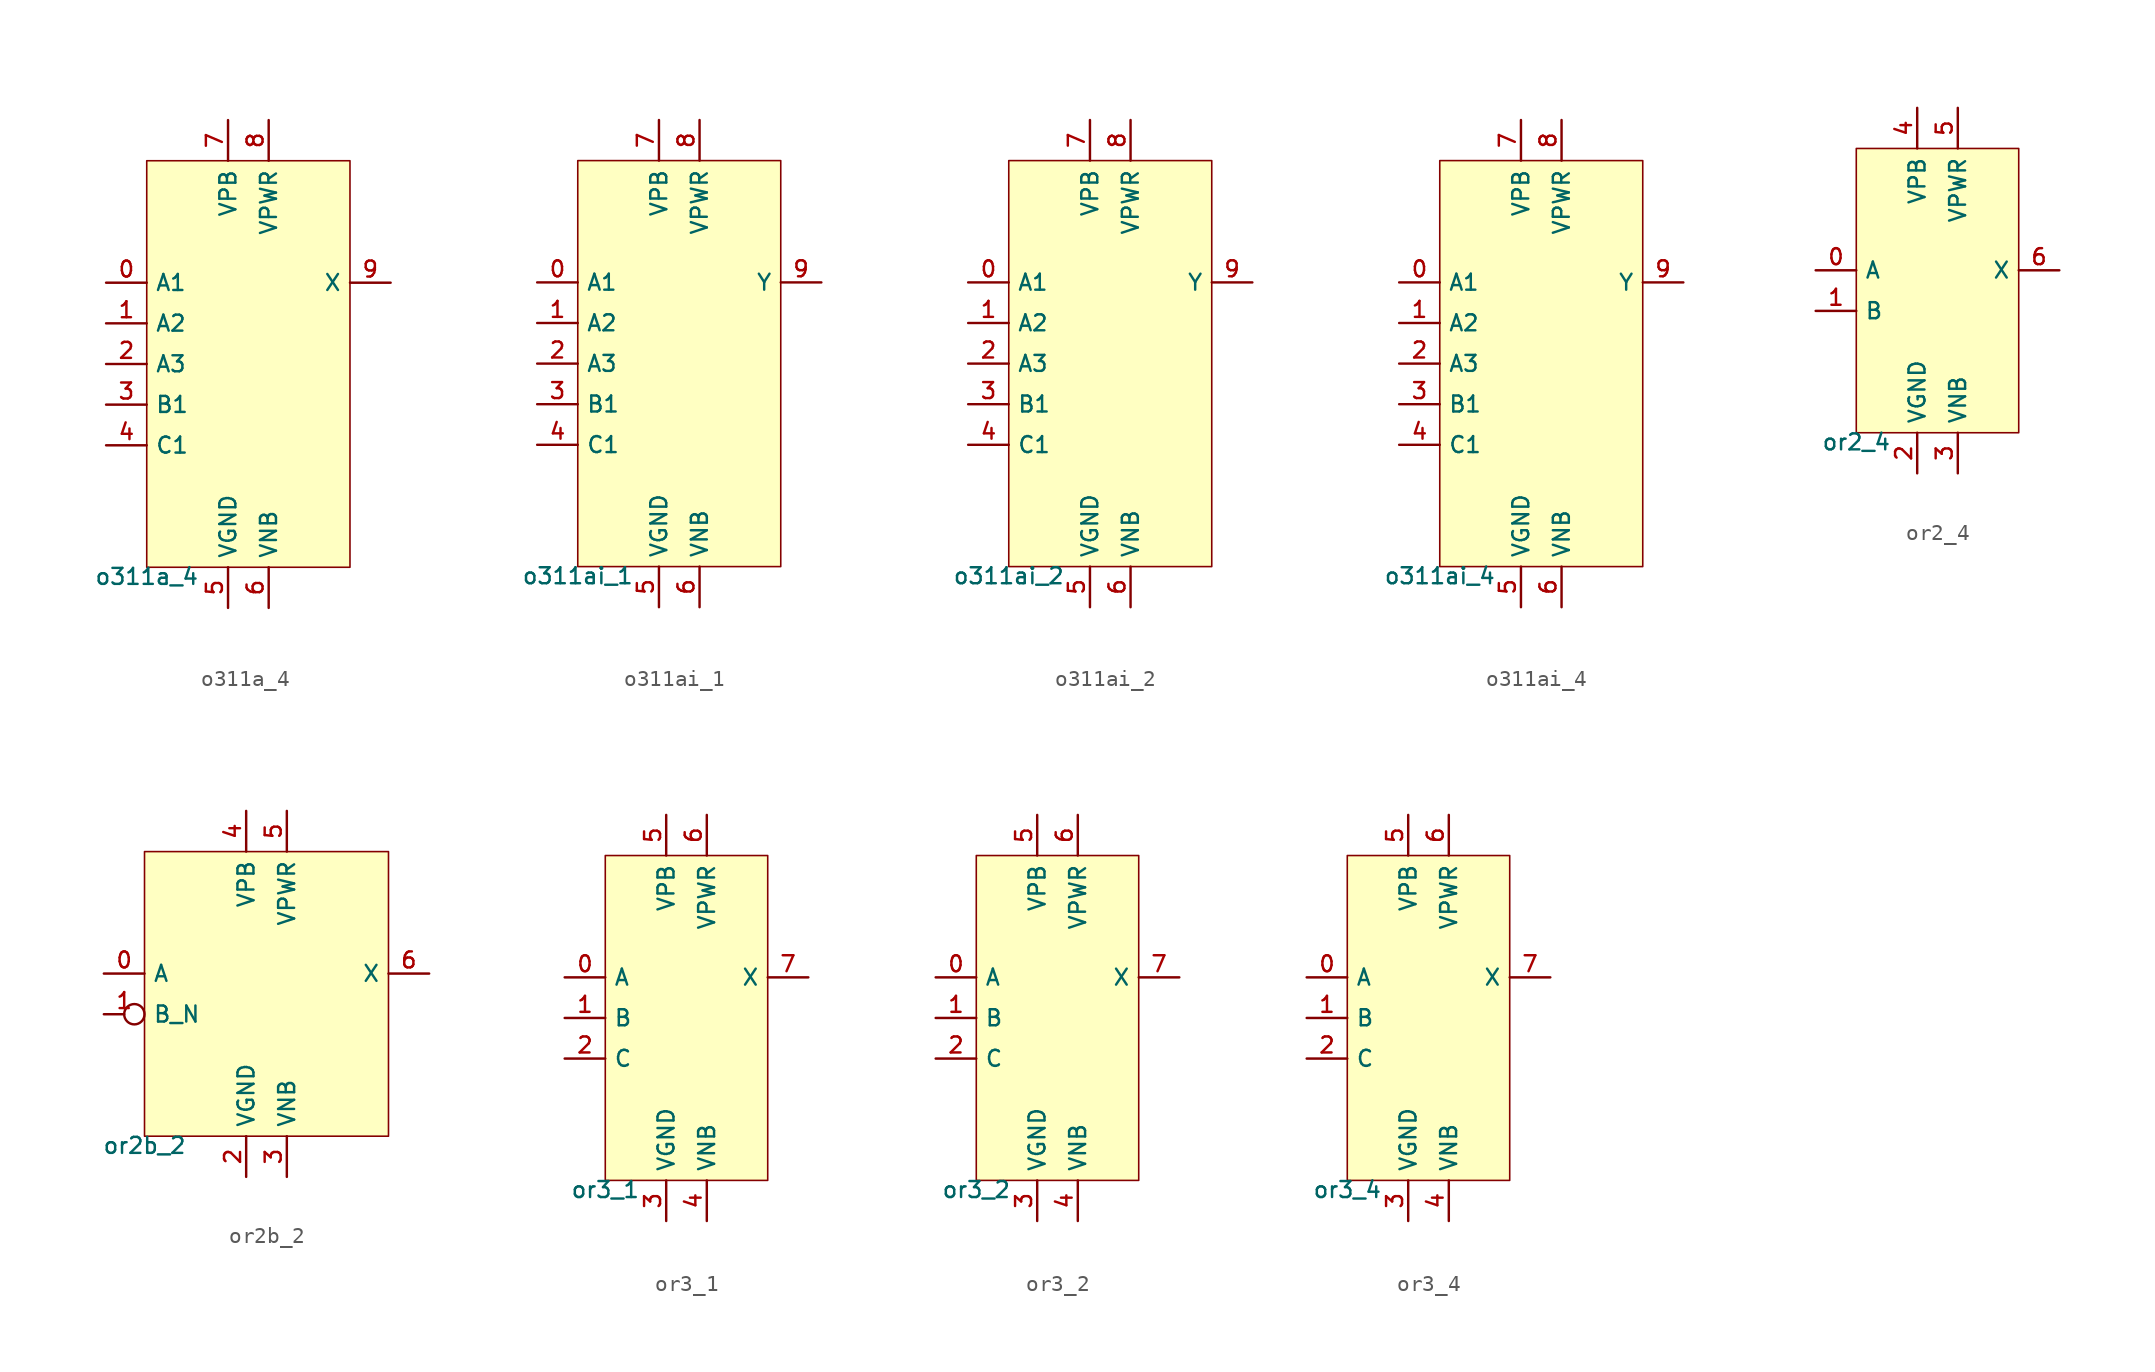
<source format=kicad_sym>
(kicad_symbol_lib
  (version 20211014)
  (generator lef2kicad_sym)
  (symbol "o311a_4"
    (property "Reference" "CELL"
      (at 0 0 0)
      (effects (font (size 1 1)) hide))
    (property "Value" "o311a_4"
      (at -6.35 -12.7 0)
      (effects (font (size 1 1)) (justify top)))
    (rectangle
      (start -6.35 -12.7)
      (end 6.35 12.7)
      (stroke (width 0.1) (type solid) (color 0 0 0 0))
      (fill (type background)))
    (pin input line
      (at -8.89 5.08 0)
      (length 2.54)
      (name "A1" (effects (font (size 1 1)) hide))
      (number "0" (effects (font (size 1 1)) hide)))
    (pin input line
      (at -8.89 2.54 0)
      (length 2.54)
      (name "A2" (effects (font (size 1 1)) hide))
      (number "1" (effects (font (size 1 1)) hide)))
    (pin input line
      (at -8.89 -8.881784197001252e-16 0)
      (length 2.54)
      (name "A3" (effects (font (size 1 1)) hide))
      (number "2" (effects (font (size 1 1)) hide)))
    (pin input line
      (at -8.89 -2.54 0)
      (length 2.54)
      (name "B1" (effects (font (size 1 1)) hide))
      (number "3" (effects (font (size 1 1)) hide)))
    (pin input line
      (at -8.89 -5.08 0)
      (length 2.54)
      (name "C1" (effects (font (size 1 1)) hide))
      (number "4" (effects (font (size 1 1)) hide)))
    (pin power_in line
      (at -1.27 -15.24 90)
      (length 2.54)
      (name "VGND" (effects (font (size 1 1)) hide))
      (number "5" (effects (font (size 1 1)) hide)))
    (pin power_in line
      (at 1.27 -15.24 90)
      (length 2.54)
      (name "VNB" (effects (font (size 1 1)) hide))
      (number "6" (effects (font (size 1 1)) hide)))
    (pin power_in line
      (at -1.27 15.24 270)
      (length 2.54)
      (name "VPB" (effects (font (size 1 1)) hide))
      (number "7" (effects (font (size 1 1)) hide)))
    (pin power_in line
      (at 1.27 15.24 270)
      (length 2.54)
      (name "VPWR" (effects (font (size 1 1)) hide))
      (number "8" (effects (font (size 1 1)) hide)))
    (pin output line
      (at 8.89 5.08 180)
      (length 2.54)
      (name "X" (effects (font (size 1 1)) hide))
      (number "9" (effects (font (size 1 1)) hide))))
  (symbol "o311ai_1"
    (property "Reference" "CELL"
      (at 0 0 0)
      (effects (font (size 1 1)) hide))
    (property "Value" "o311ai_1"
      (at -6.35 -12.7 0)
      (effects (font (size 1 1)) (justify top)))
    (rectangle
      (start -6.35 -12.7)
      (end 6.35 12.7)
      (stroke (width 0.1) (type solid) (color 0 0 0 0))
      (fill (type background)))
    (pin input line
      (at -8.89 5.08 0)
      (length 2.54)
      (name "A1" (effects (font (size 1 1)) hide))
      (number "0" (effects (font (size 1 1)) hide)))
    (pin input line
      (at -8.89 2.54 0)
      (length 2.54)
      (name "A2" (effects (font (size 1 1)) hide))
      (number "1" (effects (font (size 1 1)) hide)))
    (pin input line
      (at -8.89 -8.881784197001252e-16 0)
      (length 2.54)
      (name "A3" (effects (font (size 1 1)) hide))
      (number "2" (effects (font (size 1 1)) hide)))
    (pin input line
      (at -8.89 -2.54 0)
      (length 2.54)
      (name "B1" (effects (font (size 1 1)) hide))
      (number "3" (effects (font (size 1 1)) hide)))
    (pin input line
      (at -8.89 -5.08 0)
      (length 2.54)
      (name "C1" (effects (font (size 1 1)) hide))
      (number "4" (effects (font (size 1 1)) hide)))
    (pin power_in line
      (at -1.27 -15.24 90)
      (length 2.54)
      (name "VGND" (effects (font (size 1 1)) hide))
      (number "5" (effects (font (size 1 1)) hide)))
    (pin power_in line
      (at 1.27 -15.24 90)
      (length 2.54)
      (name "VNB" (effects (font (size 1 1)) hide))
      (number "6" (effects (font (size 1 1)) hide)))
    (pin power_in line
      (at -1.27 15.24 270)
      (length 2.54)
      (name "VPB" (effects (font (size 1 1)) hide))
      (number "7" (effects (font (size 1 1)) hide)))
    (pin power_in line
      (at 1.27 15.24 270)
      (length 2.54)
      (name "VPWR" (effects (font (size 1 1)) hide))
      (number "8" (effects (font (size 1 1)) hide)))
    (pin output line
      (at 8.89 5.08 180)
      (length 2.54)
      (name "Y" (effects (font (size 1 1)) hide))
      (number "9" (effects (font (size 1 1)) hide))))
  (symbol "o311ai_2"
    (property "Reference" "CELL"
      (at 0 0 0)
      (effects (font (size 1 1)) hide))
    (property "Value" "o311ai_2"
      (at -6.35 -12.7 0)
      (effects (font (size 1 1)) (justify top)))
    (rectangle
      (start -6.35 -12.7)
      (end 6.35 12.7)
      (stroke (width 0.1) (type solid) (color 0 0 0 0))
      (fill (type background)))
    (pin input line
      (at -8.89 5.08 0)
      (length 2.54)
      (name "A1" (effects (font (size 1 1)) hide))
      (number "0" (effects (font (size 1 1)) hide)))
    (pin input line
      (at -8.89 2.54 0)
      (length 2.54)
      (name "A2" (effects (font (size 1 1)) hide))
      (number "1" (effects (font (size 1 1)) hide)))
    (pin input line
      (at -8.89 -8.881784197001252e-16 0)
      (length 2.54)
      (name "A3" (effects (font (size 1 1)) hide))
      (number "2" (effects (font (size 1 1)) hide)))
    (pin input line
      (at -8.89 -2.54 0)
      (length 2.54)
      (name "B1" (effects (font (size 1 1)) hide))
      (number "3" (effects (font (size 1 1)) hide)))
    (pin input line
      (at -8.89 -5.08 0)
      (length 2.54)
      (name "C1" (effects (font (size 1 1)) hide))
      (number "4" (effects (font (size 1 1)) hide)))
    (pin power_in line
      (at -1.27 -15.24 90)
      (length 2.54)
      (name "VGND" (effects (font (size 1 1)) hide))
      (number "5" (effects (font (size 1 1)) hide)))
    (pin power_in line
      (at 1.27 -15.24 90)
      (length 2.54)
      (name "VNB" (effects (font (size 1 1)) hide))
      (number "6" (effects (font (size 1 1)) hide)))
    (pin power_in line
      (at -1.27 15.24 270)
      (length 2.54)
      (name "VPB" (effects (font (size 1 1)) hide))
      (number "7" (effects (font (size 1 1)) hide)))
    (pin power_in line
      (at 1.27 15.24 270)
      (length 2.54)
      (name "VPWR" (effects (font (size 1 1)) hide))
      (number "8" (effects (font (size 1 1)) hide)))
    (pin output line
      (at 8.89 5.08 180)
      (length 2.54)
      (name "Y" (effects (font (size 1 1)) hide))
      (number "9" (effects (font (size 1 1)) hide))))
  (symbol "o311ai_4"
    (property "Reference" "CELL"
      (at 0 0 0)
      (effects (font (size 1 1)) hide))
    (property "Value" "o311ai_4"
      (at -6.35 -12.7 0)
      (effects (font (size 1 1)) (justify top)))
    (rectangle
      (start -6.35 -12.7)
      (end 6.35 12.7)
      (stroke (width 0.1) (type solid) (color 0 0 0 0))
      (fill (type background)))
    (pin input line
      (at -8.89 5.08 0)
      (length 2.54)
      (name "A1" (effects (font (size 1 1)) hide))
      (number "0" (effects (font (size 1 1)) hide)))
    (pin input line
      (at -8.89 2.54 0)
      (length 2.54)
      (name "A2" (effects (font (size 1 1)) hide))
      (number "1" (effects (font (size 1 1)) hide)))
    (pin input line
      (at -8.89 -8.881784197001252e-16 0)
      (length 2.54)
      (name "A3" (effects (font (size 1 1)) hide))
      (number "2" (effects (font (size 1 1)) hide)))
    (pin input line
      (at -8.89 -2.54 0)
      (length 2.54)
      (name "B1" (effects (font (size 1 1)) hide))
      (number "3" (effects (font (size 1 1)) hide)))
    (pin input line
      (at -8.89 -5.08 0)
      (length 2.54)
      (name "C1" (effects (font (size 1 1)) hide))
      (number "4" (effects (font (size 1 1)) hide)))
    (pin power_in line
      (at -1.27 -15.24 90)
      (length 2.54)
      (name "VGND" (effects (font (size 1 1)) hide))
      (number "5" (effects (font (size 1 1)) hide)))
    (pin power_in line
      (at 1.27 -15.24 90)
      (length 2.54)
      (name "VNB" (effects (font (size 1 1)) hide))
      (number "6" (effects (font (size 1 1)) hide)))
    (pin power_in line
      (at -1.27 15.24 270)
      (length 2.54)
      (name "VPB" (effects (font (size 1 1)) hide))
      (number "7" (effects (font (size 1 1)) hide)))
    (pin power_in line
      (at 1.27 15.24 270)
      (length 2.54)
      (name "VPWR" (effects (font (size 1 1)) hide))
      (number "8" (effects (font (size 1 1)) hide)))
    (pin output line
      (at 8.89 5.08 180)
      (length 2.54)
      (name "Y" (effects (font (size 1 1)) hide))
      (number "9" (effects (font (size 1 1)) hide))))
  (symbol "or2_4"
    (property "Reference" "CELL"
      (at 0 0 0)
      (effects (font (size 1 1)) hide))
    (property "Value" "or2_4"
      (at -5.08 -8.89 0)
      (effects (font (size 1 1)) (justify top)))
    (rectangle
      (start -5.08 -8.89)
      (end 5.08 8.89)
      (stroke (width 0.1) (type solid) (color 0 0 0 0))
      (fill (type background)))
    (pin input line
      (at -7.62 1.27 0)
      (length 2.54)
      (name "A" (effects (font (size 1 1)) hide))
      (number "0" (effects (font (size 1 1)) hide)))
    (pin input line
      (at -7.62 -1.27 0)
      (length 2.54)
      (name "B" (effects (font (size 1 1)) hide))
      (number "1" (effects (font (size 1 1)) hide)))
    (pin power_in line
      (at -1.27 -11.43 90)
      (length 2.54)
      (name "VGND" (effects (font (size 1 1)) hide))
      (number "2" (effects (font (size 1 1)) hide)))
    (pin power_in line
      (at 1.27 -11.43 90)
      (length 2.54)
      (name "VNB" (effects (font (size 1 1)) hide))
      (number "3" (effects (font (size 1 1)) hide)))
    (pin power_in line
      (at -1.27 11.43 270)
      (length 2.54)
      (name "VPB" (effects (font (size 1 1)) hide))
      (number "4" (effects (font (size 1 1)) hide)))
    (pin power_in line
      (at 1.27 11.43 270)
      (length 2.54)
      (name "VPWR" (effects (font (size 1 1)) hide))
      (number "5" (effects (font (size 1 1)) hide)))
    (pin output line
      (at 7.62 1.27 180)
      (length 2.54)
      (name "X" (effects (font (size 1 1)) hide))
      (number "6" (effects (font (size 1 1)) hide))))
  (symbol "or2b_2"
    (property "Reference" "CELL"
      (at 0 0 0)
      (effects (font (size 1 1)) hide))
    (property "Value" "or2b_2"
      (at -7.62 -8.89 0)
      (effects (font (size 1 1)) (justify top)))
    (rectangle
      (start -7.62 -8.89)
      (end 7.62 8.89)
      (stroke (width 0.1) (type solid) (color 0 0 0 0))
      (fill (type background)))
    (pin input line
      (at -10.16 1.27 0)
      (length 2.54)
      (name "A" (effects (font (size 1 1)) hide))
      (number "0" (effects (font (size 1 1)) hide)))
    (pin input inverted
      (at -10.16 -1.27 0)
      (length 2.54)
      (name "B_N" (effects (font (size 1 1)) hide))
      (number "1" (effects (font (size 1 1)) hide)))
    (pin power_in line
      (at -1.27 -11.43 90)
      (length 2.54)
      (name "VGND" (effects (font (size 1 1)) hide))
      (number "2" (effects (font (size 1 1)) hide)))
    (pin power_in line
      (at 1.27 -11.43 90)
      (length 2.54)
      (name "VNB" (effects (font (size 1 1)) hide))
      (number "3" (effects (font (size 1 1)) hide)))
    (pin power_in line
      (at -1.27 11.43 270)
      (length 2.54)
      (name "VPB" (effects (font (size 1 1)) hide))
      (number "4" (effects (font (size 1 1)) hide)))
    (pin power_in line
      (at 1.27 11.43 270)
      (length 2.54)
      (name "VPWR" (effects (font (size 1 1)) hide))
      (number "5" (effects (font (size 1 1)) hide)))
    (pin output line
      (at 10.16 1.27 180)
      (length 2.54)
      (name "X" (effects (font (size 1 1)) hide))
      (number "6" (effects (font (size 1 1)) hide))))
  (symbol "or3_1"
    (property "Reference" "CELL"
      (at 0 0 0)
      (effects (font (size 1 1)) hide))
    (property "Value" "or3_1"
      (at -5.08 -10.16 0)
      (effects (font (size 1 1)) (justify top)))
    (rectangle
      (start -5.08 -10.16)
      (end 5.08 10.16)
      (stroke (width 0.1) (type solid) (color 0 0 0 0))
      (fill (type background)))
    (pin input line
      (at -7.62 2.54 0)
      (length 2.54)
      (name "A" (effects (font (size 1 1)) hide))
      (number "0" (effects (font (size 1 1)) hide)))
    (pin input line
      (at -7.62 0.0 0)
      (length 2.54)
      (name "B" (effects (font (size 1 1)) hide))
      (number "1" (effects (font (size 1 1)) hide)))
    (pin input line
      (at -7.62 -2.54 0)
      (length 2.54)
      (name "C" (effects (font (size 1 1)) hide))
      (number "2" (effects (font (size 1 1)) hide)))
    (pin power_in line
      (at -1.27 -12.7 90)
      (length 2.54)
      (name "VGND" (effects (font (size 1 1)) hide))
      (number "3" (effects (font (size 1 1)) hide)))
    (pin power_in line
      (at 1.27 -12.7 90)
      (length 2.54)
      (name "VNB" (effects (font (size 1 1)) hide))
      (number "4" (effects (font (size 1 1)) hide)))
    (pin power_in line
      (at -1.27 12.7 270)
      (length 2.54)
      (name "VPB" (effects (font (size 1 1)) hide))
      (number "5" (effects (font (size 1 1)) hide)))
    (pin power_in line
      (at 1.27 12.7 270)
      (length 2.54)
      (name "VPWR" (effects (font (size 1 1)) hide))
      (number "6" (effects (font (size 1 1)) hide)))
    (pin output line
      (at 7.62 2.54 180)
      (length 2.54)
      (name "X" (effects (font (size 1 1)) hide))
      (number "7" (effects (font (size 1 1)) hide))))
  (symbol "or3_2"
    (property "Reference" "CELL"
      (at 0 0 0)
      (effects (font (size 1 1)) hide))
    (property "Value" "or3_2"
      (at -5.08 -10.16 0)
      (effects (font (size 1 1)) (justify top)))
    (rectangle
      (start -5.08 -10.16)
      (end 5.08 10.16)
      (stroke (width 0.1) (type solid) (color 0 0 0 0))
      (fill (type background)))
    (pin input line
      (at -7.62 2.54 0)
      (length 2.54)
      (name "A" (effects (font (size 1 1)) hide))
      (number "0" (effects (font (size 1 1)) hide)))
    (pin input line
      (at -7.62 0.0 0)
      (length 2.54)
      (name "B" (effects (font (size 1 1)) hide))
      (number "1" (effects (font (size 1 1)) hide)))
    (pin input line
      (at -7.62 -2.54 0)
      (length 2.54)
      (name "C" (effects (font (size 1 1)) hide))
      (number "2" (effects (font (size 1 1)) hide)))
    (pin power_in line
      (at -1.27 -12.7 90)
      (length 2.54)
      (name "VGND" (effects (font (size 1 1)) hide))
      (number "3" (effects (font (size 1 1)) hide)))
    (pin power_in line
      (at 1.27 -12.7 90)
      (length 2.54)
      (name "VNB" (effects (font (size 1 1)) hide))
      (number "4" (effects (font (size 1 1)) hide)))
    (pin power_in line
      (at -1.27 12.7 270)
      (length 2.54)
      (name "VPB" (effects (font (size 1 1)) hide))
      (number "5" (effects (font (size 1 1)) hide)))
    (pin power_in line
      (at 1.27 12.7 270)
      (length 2.54)
      (name "VPWR" (effects (font (size 1 1)) hide))
      (number "6" (effects (font (size 1 1)) hide)))
    (pin output line
      (at 7.62 2.54 180)
      (length 2.54)
      (name "X" (effects (font (size 1 1)) hide))
      (number "7" (effects (font (size 1 1)) hide))))
  (symbol "or3_4"
    (property "Reference" "CELL"
      (at 0 0 0)
      (effects (font (size 1 1)) hide))
    (property "Value" "or3_4"
      (at -5.08 -10.16 0)
      (effects (font (size 1 1)) (justify top)))
    (rectangle
      (start -5.08 -10.16)
      (end 5.08 10.16)
      (stroke (width 0.1) (type solid) (color 0 0 0 0))
      (fill (type background)))
    (pin input line
      (at -7.62 2.54 0)
      (length 2.54)
      (name "A" (effects (font (size 1 1)) hide))
      (number "0" (effects (font (size 1 1)) hide)))
    (pin input line
      (at -7.62 0.0 0)
      (length 2.54)
      (name "B" (effects (font (size 1 1)) hide))
      (number "1" (effects (font (size 1 1)) hide)))
    (pin input line
      (at -7.62 -2.54 0)
      (length 2.54)
      (name "C" (effects (font (size 1 1)) hide))
      (number "2" (effects (font (size 1 1)) hide)))
    (pin power_in line
      (at -1.27 -12.7 90)
      (length 2.54)
      (name "VGND" (effects (font (size 1 1)) hide))
      (number "3" (effects (font (size 1 1)) hide)))
    (pin power_in line
      (at 1.27 -12.7 90)
      (length 2.54)
      (name "VNB" (effects (font (size 1 1)) hide))
      (number "4" (effects (font (size 1 1)) hide)))
    (pin power_in line
      (at -1.27 12.7 270)
      (length 2.54)
      (name "VPB" (effects (font (size 1 1)) hide))
      (number "5" (effects (font (size 1 1)) hide)))
    (pin power_in line
      (at 1.27 12.7 270)
      (length 2.54)
      (name "VPWR" (effects (font (size 1 1)) hide))
      (number "6" (effects (font (size 1 1)) hide)))
    (pin output line
      (at 7.62 2.54 180)
      (length 2.54)
      (name "X" (effects (font (size 1 1)) hide))
      (number "7" (effects (font (size 1 1)) hide)))))
</source>
